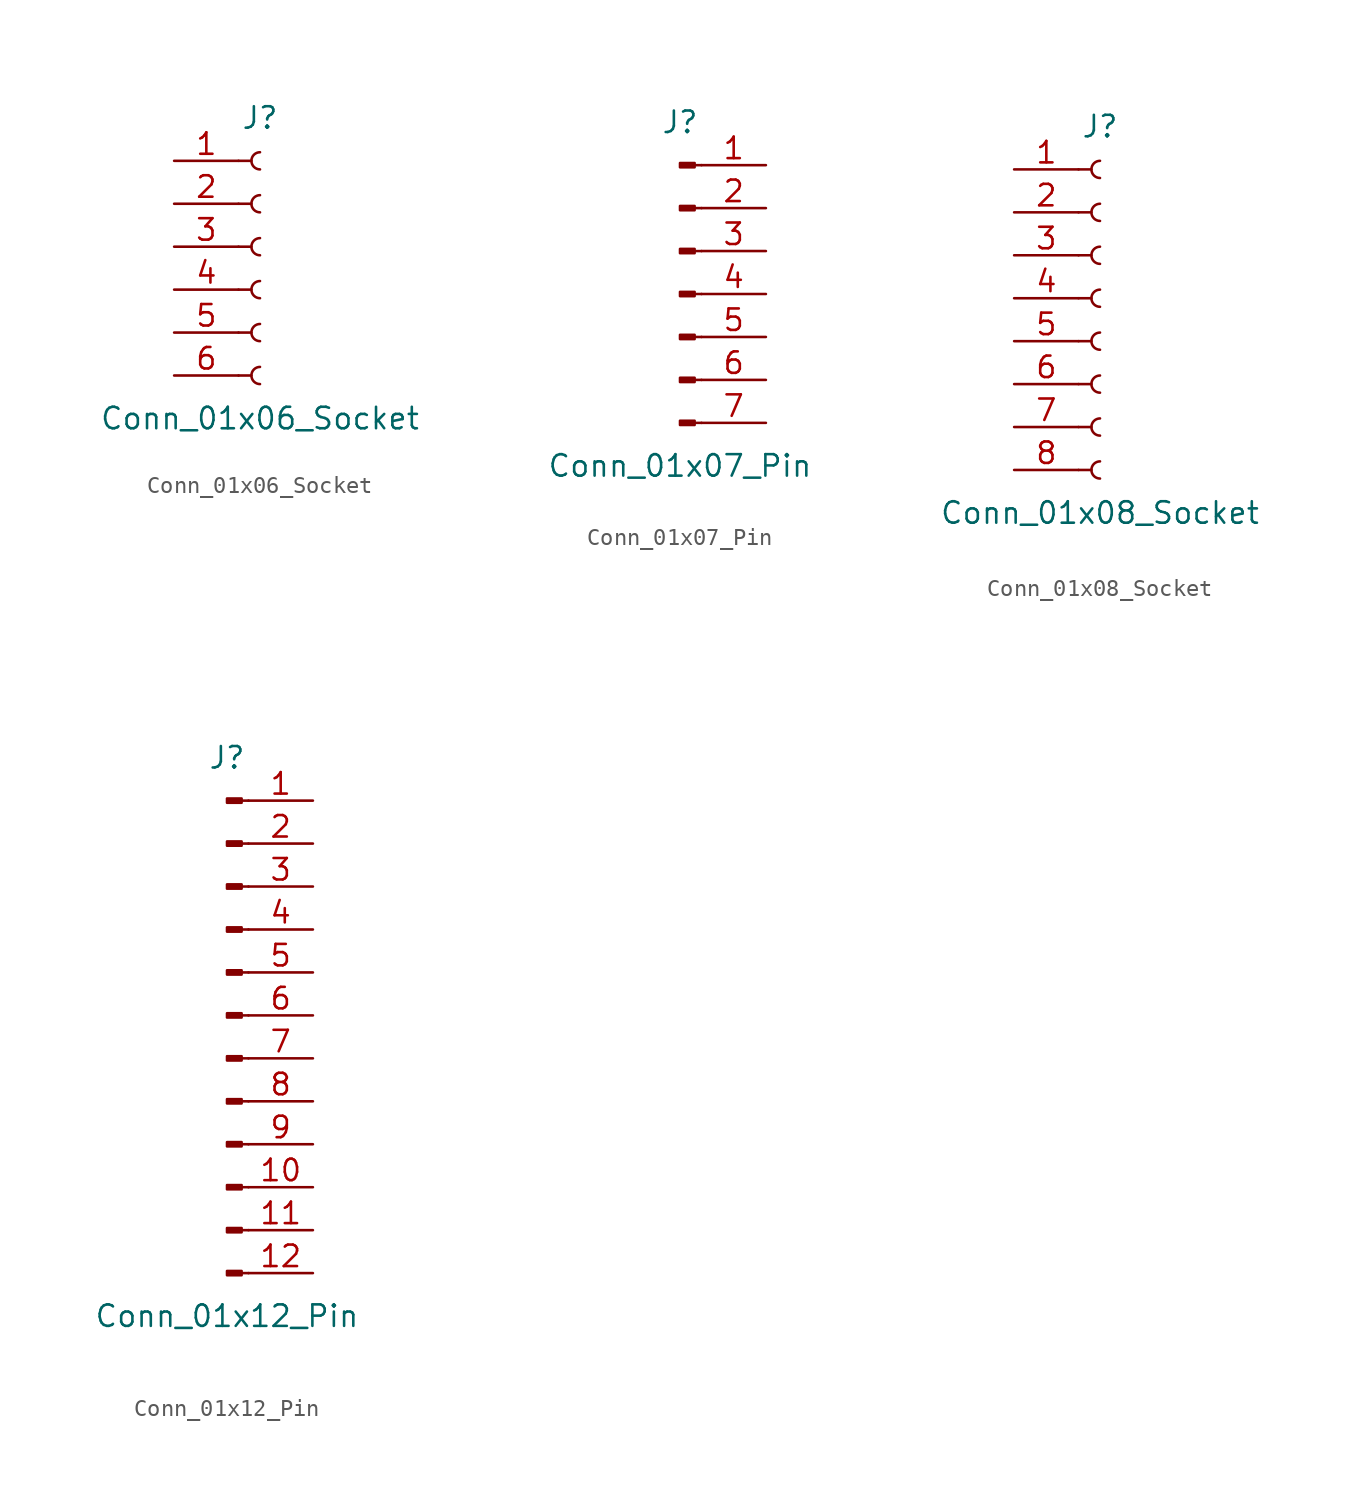
<source format=kicad_sym>
(kicad_symbol_lib
  (version 20241209)
  (generator "kicad_symbol_editor")
  (generator_version "9.0")
  (symbol "Conn_01x06_Socket"
    (pin_names
      (offset 1.016)
      (hide yes))
    (property "Reference" "J"
      (at 0 7.62 0)
      (effects (font (size 1.27 1.27))))
    (property "Value" "Conn_01x06_Socket"
      (at 0 -10.16 0)
      (effects (font (size 1.27 1.27))))
    (property "ki_locked" ""
      (at 0 0 0)
      (effects (font (size 1.27 1.27))))
    (symbol "Conn_01x06_Socket_1_1"
      (polyline (pts (xy -1.27 5.08) (xy -0.508 5.08)) (stroke (width 0.152) (type default)) (fill (type none)))
      (polyline (pts (xy -1.27 2.54) (xy -0.508 2.54)) (stroke (width 0.152) (type default)) (fill (type none)))
      (polyline (pts (xy -1.27 0) (xy -0.508 0)) (stroke (width 0.152) (type default)) (fill (type none)))
      (polyline (pts (xy -1.27 -2.54) (xy -0.508 -2.54)) (stroke (width 0.152) (type default)) (fill (type none)))
      (polyline (pts (xy -1.27 -5.08) (xy -0.508 -5.08)) (stroke (width 0.152) (type default)) (fill (type none)))
      (polyline (pts (xy -1.27 -7.62) (xy -0.508 -7.62)) (stroke (width 0.152) (type default)) (fill (type none)))
      (arc (start 0 4.572) (mid -0.5058 5.08) (end 0 5.588) (stroke (width 0.1524) (type default)) (fill (type none)))
      (arc (start 0 2.032) (mid -0.5058 2.54) (end 0 3.048) (stroke (width 0.1524) (type default)) (fill (type none)))
      (arc (start 0 -0.508) (mid -0.5058 0) (end 0 0.508) (stroke (width 0.1524) (type default)) (fill (type none)))
      (arc (start 0 -3.048) (mid -0.5058 -2.54) (end 0 -2.032) (stroke (width 0.1524) (type default)) (fill (type none)))
      (arc (start 0 -5.588) (mid -0.5058 -5.08) (end 0 -4.572) (stroke (width 0.1524) (type default)) (fill (type none)))
      (arc (start 0 -8.128) (mid -0.5058 -7.62) (end 0 -7.112) (stroke (width 0.1524) (type default)) (fill (type none)))
      (pin passive line (at -5.08 5.08 0) (length 3.81) (name "Pin_1" (effects (font (size 1.27 1.27)))) (number "1" (effects (font (size 1.27 1.27)))))
      (pin passive line (at -5.08 2.54 0) (length 3.81) (name "Pin_2" (effects (font (size 1.27 1.27)))) (number "2" (effects (font (size 1.27 1.27)))))
      (pin passive line (at -5.08 0 0) (length 3.81) (name "Pin_3" (effects (font (size 1.27 1.27)))) (number "3" (effects (font (size 1.27 1.27)))))
      (pin passive line (at -5.08 -2.54 0) (length 3.81) (name "Pin_4" (effects (font (size 1.27 1.27)))) (number "4" (effects (font (size 1.27 1.27)))))
      (pin passive line (at -5.08 -5.08 0) (length 3.81) (name "Pin_5" (effects (font (size 1.27 1.27)))) (number "5" (effects (font (size 1.27 1.27)))))
      (pin passive line (at -5.08 -7.62 0) (length 3.81) (name "Pin_6" (effects (font (size 1.27 1.27)))) (number "6" (effects (font (size 1.27 1.27)))))))
  (symbol "Conn_01x07_Pin"
    (pin_names
      (offset 1.016)
      (hide yes))
    (property "Reference" "J"
      (at 0 10.16 0)
      (effects (font (size 1.27 1.27))))
    (property "Value" "Conn_01x07_Pin"
      (at 0 -10.16 0)
      (effects (font (size 1.27 1.27))))
    (property "ki_locked" ""
      (at 0 0 0)
      (effects (font (size 1.27 1.27))))
    (symbol "Conn_01x07_Pin_1_1"
      (rectangle (start 0.864 7.747) (end 0 7.493) (stroke (width 0.152) (type default)) (fill (type outline)))
      (rectangle (start 0.864 5.207) (end 0 4.953) (stroke (width 0.152) (type default)) (fill (type outline)))
      (rectangle (start 0.864 2.667) (end 0 2.413) (stroke (width 0.152) (type default)) (fill (type outline)))
      (rectangle (start 0.864 0.127) (end 0 -0.127) (stroke (width 0.152) (type default)) (fill (type outline)))
      (rectangle (start 0.864 -2.413) (end 0 -2.667) (stroke (width 0.152) (type default)) (fill (type outline)))
      (rectangle (start 0.864 -4.953) (end 0 -5.207) (stroke (width 0.152) (type default)) (fill (type outline)))
      (rectangle (start 0.864 -7.493) (end 0 -7.747) (stroke (width 0.152) (type default)) (fill (type outline)))
      (polyline (pts (xy 1.27 7.62) (xy 0.864 7.62)) (stroke (width 0.152) (type default)) (fill (type none)))
      (polyline (pts (xy 1.27 5.08) (xy 0.864 5.08)) (stroke (width 0.152) (type default)) (fill (type none)))
      (polyline (pts (xy 1.27 2.54) (xy 0.864 2.54)) (stroke (width 0.152) (type default)) (fill (type none)))
      (polyline (pts (xy 1.27 0) (xy 0.864 0)) (stroke (width 0.152) (type default)) (fill (type none)))
      (polyline (pts (xy 1.27 -2.54) (xy 0.864 -2.54)) (stroke (width 0.152) (type default)) (fill (type none)))
      (polyline (pts (xy 1.27 -5.08) (xy 0.864 -5.08)) (stroke (width 0.152) (type default)) (fill (type none)))
      (polyline (pts (xy 1.27 -7.62) (xy 0.864 -7.62)) (stroke (width 0.152) (type default)) (fill (type none)))
      (pin passive line (at 5.08 7.62 180) (length 3.81) (name "Pin_1" (effects (font (size 1.27 1.27)))) (number "1" (effects (font (size 1.27 1.27)))))
      (pin passive line (at 5.08 5.08 180) (length 3.81) (name "Pin_2" (effects (font (size 1.27 1.27)))) (number "2" (effects (font (size 1.27 1.27)))))
      (pin passive line (at 5.08 2.54 180) (length 3.81) (name "Pin_3" (effects (font (size 1.27 1.27)))) (number "3" (effects (font (size 1.27 1.27)))))
      (pin passive line (at 5.08 0 180) (length 3.81) (name "Pin_4" (effects (font (size 1.27 1.27)))) (number "4" (effects (font (size 1.27 1.27)))))
      (pin passive line (at 5.08 -2.54 180) (length 3.81) (name "Pin_5" (effects (font (size 1.27 1.27)))) (number "5" (effects (font (size 1.27 1.27)))))
      (pin passive line (at 5.08 -5.08 180) (length 3.81) (name "Pin_6" (effects (font (size 1.27 1.27)))) (number "6" (effects (font (size 1.27 1.27)))))
      (pin passive line (at 5.08 -7.62 180) (length 3.81) (name "Pin_7" (effects (font (size 1.27 1.27)))) (number "7" (effects (font (size 1.27 1.27)))))))
  (symbol "Conn_01x08_Socket"
    (pin_names
      (offset 1.016)
      (hide yes))
    (property "Reference" "J"
      (at 0 10.16 0)
      (effects (font (size 1.27 1.27))))
    (property "Value" "Conn_01x08_Socket"
      (at 0 -12.7 0)
      (effects (font (size 1.27 1.27))))
    (property "ki_locked" ""
      (at 0 0 0)
      (effects (font (size 1.27 1.27))))
    (symbol "Conn_01x08_Socket_1_1"
      (polyline (pts (xy -1.27 7.62) (xy -0.508 7.62)) (stroke (width 0.152) (type default)) (fill (type none)))
      (polyline (pts (xy -1.27 5.08) (xy -0.508 5.08)) (stroke (width 0.152) (type default)) (fill (type none)))
      (polyline (pts (xy -1.27 2.54) (xy -0.508 2.54)) (stroke (width 0.152) (type default)) (fill (type none)))
      (polyline (pts (xy -1.27 0) (xy -0.508 0)) (stroke (width 0.152) (type default)) (fill (type none)))
      (polyline (pts (xy -1.27 -2.54) (xy -0.508 -2.54)) (stroke (width 0.152) (type default)) (fill (type none)))
      (polyline (pts (xy -1.27 -5.08) (xy -0.508 -5.08)) (stroke (width 0.152) (type default)) (fill (type none)))
      (polyline (pts (xy -1.27 -7.62) (xy -0.508 -7.62)) (stroke (width 0.152) (type default)) (fill (type none)))
      (polyline (pts (xy -1.27 -10.16) (xy -0.508 -10.16)) (stroke (width 0.152) (type default)) (fill (type none)))
      (arc (start 0 7.112) (mid -0.5058 7.62) (end 0 8.128) (stroke (width 0.1524) (type default)) (fill (type none)))
      (arc (start 0 4.572) (mid -0.5058 5.08) (end 0 5.588) (stroke (width 0.1524) (type default)) (fill (type none)))
      (arc (start 0 2.032) (mid -0.5058 2.54) (end 0 3.048) (stroke (width 0.1524) (type default)) (fill (type none)))
      (arc (start 0 -0.508) (mid -0.5058 0) (end 0 0.508) (stroke (width 0.1524) (type default)) (fill (type none)))
      (arc (start 0 -3.048) (mid -0.5058 -2.54) (end 0 -2.032) (stroke (width 0.1524) (type default)) (fill (type none)))
      (arc (start 0 -5.588) (mid -0.5058 -5.08) (end 0 -4.572) (stroke (width 0.1524) (type default)) (fill (type none)))
      (arc (start 0 -8.128) (mid -0.5058 -7.62) (end 0 -7.112) (stroke (width 0.1524) (type default)) (fill (type none)))
      (arc (start 0 -10.668) (mid -0.5058 -10.16) (end 0 -9.652) (stroke (width 0.1524) (type default)) (fill (type none)))
      (pin passive line (at -5.08 7.62 0) (length 3.81) (name "Pin_1" (effects (font (size 1.27 1.27)))) (number "1" (effects (font (size 1.27 1.27)))))
      (pin passive line (at -5.08 5.08 0) (length 3.81) (name "Pin_2" (effects (font (size 1.27 1.27)))) (number "2" (effects (font (size 1.27 1.27)))))
      (pin passive line (at -5.08 2.54 0) (length 3.81) (name "Pin_3" (effects (font (size 1.27 1.27)))) (number "3" (effects (font (size 1.27 1.27)))))
      (pin passive line (at -5.08 0 0) (length 3.81) (name "Pin_4" (effects (font (size 1.27 1.27)))) (number "4" (effects (font (size 1.27 1.27)))))
      (pin passive line (at -5.08 -2.54 0) (length 3.81) (name "Pin_5" (effects (font (size 1.27 1.27)))) (number "5" (effects (font (size 1.27 1.27)))))
      (pin passive line (at -5.08 -5.08 0) (length 3.81) (name "Pin_6" (effects (font (size 1.27 1.27)))) (number "6" (effects (font (size 1.27 1.27)))))
      (pin passive line (at -5.08 -7.62 0) (length 3.81) (name "Pin_7" (effects (font (size 1.27 1.27)))) (number "7" (effects (font (size 1.27 1.27)))))
      (pin passive line (at -5.08 -10.16 0) (length 3.81) (name "Pin_8" (effects (font (size 1.27 1.27)))) (number "8" (effects (font (size 1.27 1.27)))))))
  (symbol "Conn_01x12_Pin"
    (pin_names
      (offset 1.016)
      (hide yes))
    (property "Reference" "J"
      (at 0 15.24 0)
      (effects (font (size 1.27 1.27))))
    (property "Value" "Conn_01x12_Pin"
      (at 0 -17.78 0)
      (effects (font (size 1.27 1.27))))
    (property "ki_locked" ""
      (at 0 0 0)
      (effects (font (size 1.27 1.27))))
    (symbol "Conn_01x12_Pin_1_1"
      (rectangle (start 0.864 12.827) (end 0 12.573) (stroke (width 0.152) (type default)) (fill (type outline)))
      (rectangle (start 0.864 10.287) (end 0 10.033) (stroke (width 0.152) (type default)) (fill (type outline)))
      (rectangle (start 0.864 7.747) (end 0 7.493) (stroke (width 0.152) (type default)) (fill (type outline)))
      (rectangle (start 0.864 5.207) (end 0 4.953) (stroke (width 0.152) (type default)) (fill (type outline)))
      (rectangle (start 0.864 2.667) (end 0 2.413) (stroke (width 0.152) (type default)) (fill (type outline)))
      (rectangle (start 0.864 0.127) (end 0 -0.127) (stroke (width 0.152) (type default)) (fill (type outline)))
      (rectangle (start 0.864 -2.413) (end 0 -2.667) (stroke (width 0.152) (type default)) (fill (type outline)))
      (rectangle (start 0.864 -4.953) (end 0 -5.207) (stroke (width 0.152) (type default)) (fill (type outline)))
      (rectangle (start 0.864 -7.493) (end 0 -7.747) (stroke (width 0.152) (type default)) (fill (type outline)))
      (rectangle (start 0.864 -10.033) (end 0 -10.287) (stroke (width 0.152) (type default)) (fill (type outline)))
      (rectangle (start 0.864 -12.573) (end 0 -12.827) (stroke (width 0.152) (type default)) (fill (type outline)))
      (rectangle (start 0.864 -15.113) (end 0 -15.367) (stroke (width 0.152) (type default)) (fill (type outline)))
      (polyline (pts (xy 1.27 12.7) (xy 0.864 12.7)) (stroke (width 0.152) (type default)) (fill (type none)))
      (polyline (pts (xy 1.27 10.16) (xy 0.864 10.16)) (stroke (width 0.152) (type default)) (fill (type none)))
      (polyline (pts (xy 1.27 7.62) (xy 0.864 7.62)) (stroke (width 0.152) (type default)) (fill (type none)))
      (polyline (pts (xy 1.27 5.08) (xy 0.864 5.08)) (stroke (width 0.152) (type default)) (fill (type none)))
      (polyline (pts (xy 1.27 2.54) (xy 0.864 2.54)) (stroke (width 0.152) (type default)) (fill (type none)))
      (polyline (pts (xy 1.27 0) (xy 0.864 0)) (stroke (width 0.152) (type default)) (fill (type none)))
      (polyline (pts (xy 1.27 -2.54) (xy 0.864 -2.54)) (stroke (width 0.152) (type default)) (fill (type none)))
      (polyline (pts (xy 1.27 -5.08) (xy 0.864 -5.08)) (stroke (width 0.152) (type default)) (fill (type none)))
      (polyline (pts (xy 1.27 -7.62) (xy 0.864 -7.62)) (stroke (width 0.152) (type default)) (fill (type none)))
      (polyline (pts (xy 1.27 -10.16) (xy 0.864 -10.16)) (stroke (width 0.152) (type default)) (fill (type none)))
      (polyline (pts (xy 1.27 -12.7) (xy 0.864 -12.7)) (stroke (width 0.152) (type default)) (fill (type none)))
      (polyline (pts (xy 1.27 -15.24) (xy 0.864 -15.24)) (stroke (width 0.152) (type default)) (fill (type none)))
      (pin passive line (at 5.08 12.7 180) (length 3.81) (name "Pin_1" (effects (font (size 1.27 1.27)))) (number "1" (effects (font (size 1.27 1.27)))))
      (pin passive line (at 5.08 10.16 180) (length 3.81) (name "Pin_2" (effects (font (size 1.27 1.27)))) (number "2" (effects (font (size 1.27 1.27)))))
      (pin passive line (at 5.08 7.62 180) (length 3.81) (name "Pin_3" (effects (font (size 1.27 1.27)))) (number "3" (effects (font (size 1.27 1.27)))))
      (pin passive line (at 5.08 5.08 180) (length 3.81) (name "Pin_4" (effects (font (size 1.27 1.27)))) (number "4" (effects (font (size 1.27 1.27)))))
      (pin passive line (at 5.08 2.54 180) (length 3.81) (name "Pin_5" (effects (font (size 1.27 1.27)))) (number "5" (effects (font (size 1.27 1.27)))))
      (pin passive line (at 5.08 0 180) (length 3.81) (name "Pin_6" (effects (font (size 1.27 1.27)))) (number "6" (effects (font (size 1.27 1.27)))))
      (pin passive line (at 5.08 -2.54 180) (length 3.81) (name "Pin_7" (effects (font (size 1.27 1.27)))) (number "7" (effects (font (size 1.27 1.27)))))
      (pin passive line (at 5.08 -5.08 180) (length 3.81) (name "Pin_8" (effects (font (size 1.27 1.27)))) (number "8" (effects (font (size 1.27 1.27)))))
      (pin passive line (at 5.08 -7.62 180) (length 3.81) (name "Pin_9" (effects (font (size 1.27 1.27)))) (number "9" (effects (font (size 1.27 1.27)))))
      (pin passive line (at 5.08 -10.16 180) (length 3.81) (name "Pin_10" (effects (font (size 1.27 1.27)))) (number "10" (effects (font (size 1.27 1.27)))))
      (pin passive line (at 5.08 -12.7 180) (length 3.81) (name "Pin_11" (effects (font (size 1.27 1.27)))) (number "11" (effects (font (size 1.27 1.27)))))
      (pin passive line (at 5.08 -15.24 180) (length 3.81) (name "Pin_12" (effects (font (size 1.27 1.27)))) (number "12" (effects (font (size 1.27 1.27))))))))
</source>
